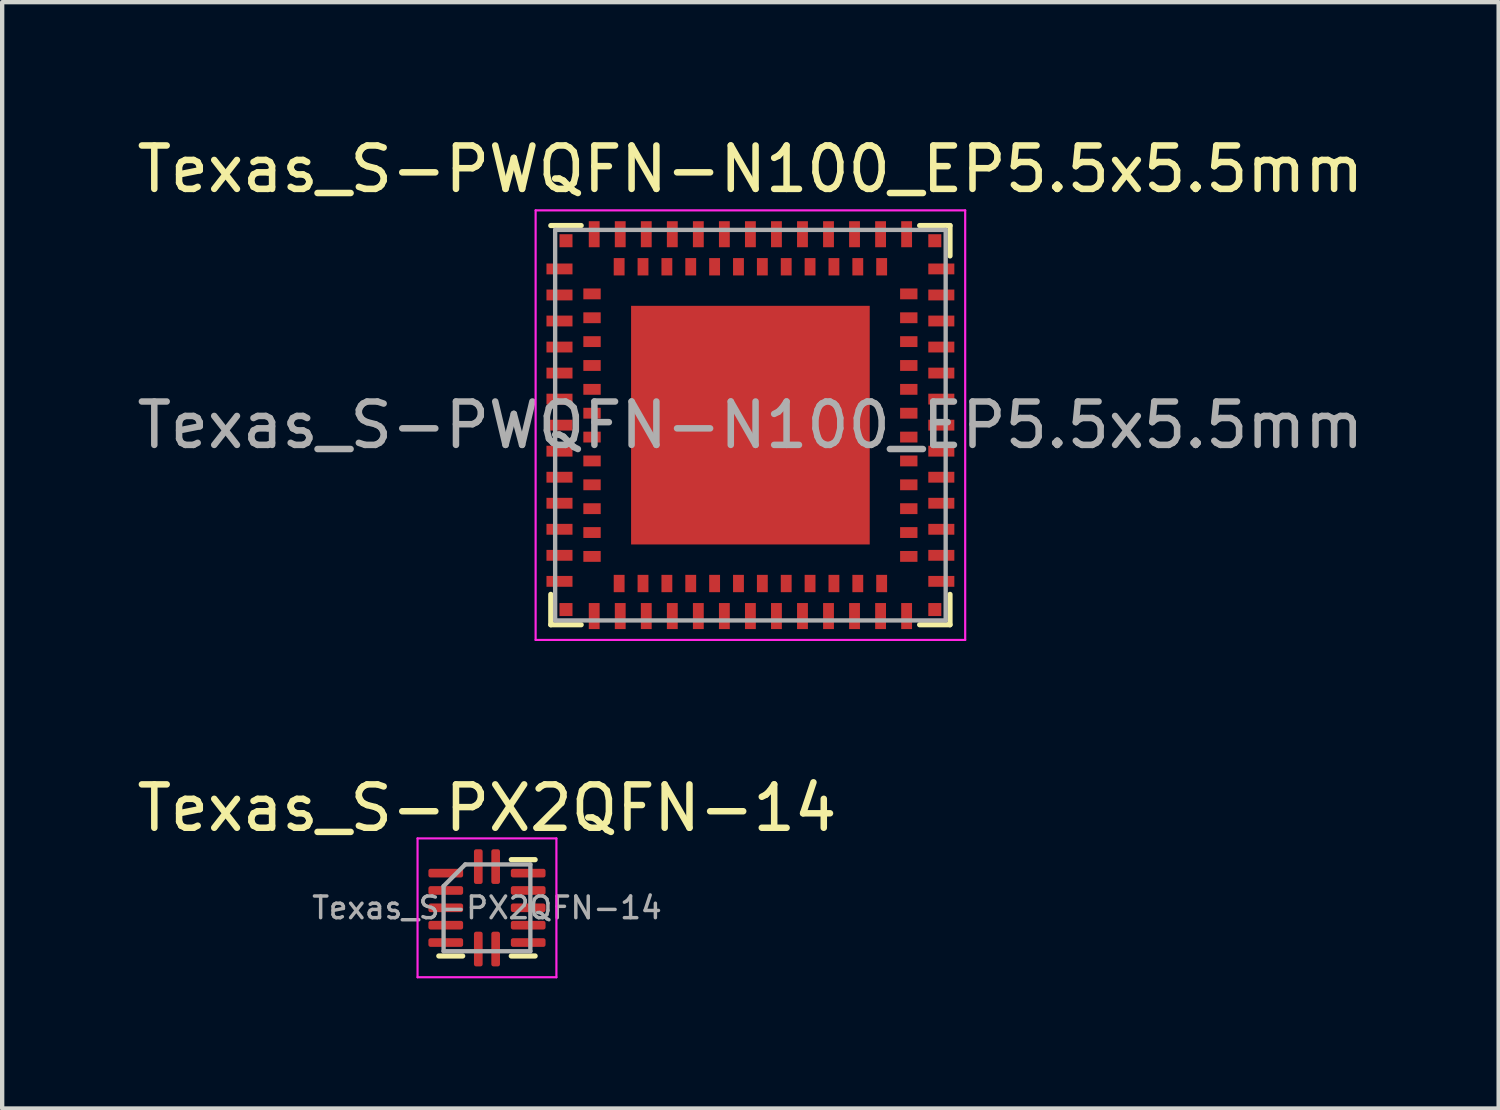
<source format=kicad_pcb>
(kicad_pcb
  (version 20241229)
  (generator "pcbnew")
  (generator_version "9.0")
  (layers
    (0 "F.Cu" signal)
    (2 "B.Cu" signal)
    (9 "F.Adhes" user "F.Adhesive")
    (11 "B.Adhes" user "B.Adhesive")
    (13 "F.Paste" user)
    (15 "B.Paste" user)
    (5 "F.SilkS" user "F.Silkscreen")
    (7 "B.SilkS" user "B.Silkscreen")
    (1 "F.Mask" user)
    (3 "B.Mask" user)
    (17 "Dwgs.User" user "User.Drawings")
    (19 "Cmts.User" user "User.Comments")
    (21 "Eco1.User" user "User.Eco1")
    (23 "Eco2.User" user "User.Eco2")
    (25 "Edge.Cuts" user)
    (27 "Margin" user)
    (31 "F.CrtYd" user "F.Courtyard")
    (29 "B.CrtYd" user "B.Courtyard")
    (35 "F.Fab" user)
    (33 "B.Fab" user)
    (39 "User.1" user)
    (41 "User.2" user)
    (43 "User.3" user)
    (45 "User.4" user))
  (footprint "Texas_S-PX2QFN-14"
    (layer "F.Cu")
    (at 8.173 17.872)
    (property "Reference" "Texas_S-PX2QFN-14" (at 0 -2.3 0) (layer "F.SilkS") (effects (font (size 1 1) (thickness 0.15))))
    (attr smd)
    (fp_line (start -0.56 1.11) (end -1.11 1.11) (stroke (width 0.12) (type solid)) (layer "F.SilkS"))
    (fp_line (start 0.56 -1.11) (end 1.11 -1.11) (stroke (width 0.12) (type solid)) (layer "F.SilkS"))
    (fp_line (start 0.56 1.11) (end 1.11 1.11) (stroke (width 0.12) (type solid)) (layer "F.SilkS"))
    (fp_line (start -1.6 -1.6) (end -1.6 1.6) (stroke (width 0.05) (type solid)) (layer "F.CrtYd"))
    (fp_line (start -1.6 1.6) (end 1.6 1.6) (stroke (width 0.05) (type solid)) (layer "F.CrtYd"))
    (fp_line (start 1.6 -1.6) (end -1.6 -1.6) (stroke (width 0.05) (type solid)) (layer "F.CrtYd"))
    (fp_line (start 1.6 1.6) (end 1.6 -1.6) (stroke (width 0.05) (type solid)) (layer "F.CrtYd"))
    (fp_line (start -1 -0.5) (end -0.5 -1) (stroke (width 0.1) (type solid)) (layer "F.Fab"))
    (fp_line (start -1 1) (end -1 -0.5) (stroke (width 0.1) (type solid)) (layer "F.Fab"))
    (fp_line (start -0.5 -1) (end 1 -1) (stroke (width 0.1) (type solid)) (layer "F.Fab"))
    (fp_line (start 1 -1) (end 1 1) (stroke (width 0.1) (type solid)) (layer "F.Fab"))
    (fp_line (start 1 1) (end -1 1) (stroke (width 0.1) (type solid)) (layer "F.Fab"))
    (fp_text user "${REFERENCE}" (at 0 0 0) (layer "F.Fab") (effects (font (size 0.5 0.5) (thickness 0.08))))
    (pad "1" smd roundrect (at -0.95 -0.8) (size 0.8 0.2) (layers "F.Cu" "F.Mask" "F.Paste") (roundrect_rratio 0.25))
    (pad "2" smd roundrect (at -0.95 -0.4) (size 0.8 0.2) (layers "F.Cu" "F.Mask" "F.Paste") (roundrect_rratio 0.25))
    (pad "3" smd roundrect (at -0.95 0) (size 0.8 0.2) (layers "F.Cu" "F.Mask" "F.Paste") (roundrect_rratio 0.25))
    (pad "4" smd roundrect (at -0.95 0.4) (size 0.8 0.2) (layers "F.Cu" "F.Mask" "F.Paste") (roundrect_rratio 0.25))
    (pad "5" smd roundrect (at -0.95 0.8) (size 0.8 0.2) (layers "F.Cu" "F.Mask" "F.Paste") (roundrect_rratio 0.25))
    (pad "6" smd roundrect (at -0.2 0.95) (size 0.2 0.8) (layers "F.Cu" "F.Mask" "F.Paste") (roundrect_rratio 0.25))
    (pad "7" smd roundrect (at 0.2 0.95) (size 0.2 0.8) (layers "F.Cu" "F.Mask" "F.Paste") (roundrect_rratio 0.25))
    (pad "8" smd roundrect (at 0.95 0.8) (size 0.8 0.2) (layers "F.Cu" "F.Mask" "F.Paste") (roundrect_rratio 0.25))
    (pad "9" smd roundrect (at 0.95 0.4) (size 0.8 0.2) (layers "F.Cu" "F.Mask" "F.Paste") (roundrect_rratio 0.25))
    (pad "10" smd roundrect (at 0.95 0) (size 0.8 0.2) (layers "F.Cu" "F.Mask" "F.Paste") (roundrect_rratio 0.25))
    (pad "11" smd roundrect (at 0.95 -0.4) (size 0.8 0.2) (layers "F.Cu" "F.Mask" "F.Paste") (roundrect_rratio 0.25))
    (pad "12" smd roundrect (at 0.95 -0.8) (size 0.8 0.2) (layers "F.Cu" "F.Mask" "F.Paste") (roundrect_rratio 0.25))
    (pad "13" smd roundrect (at 0.2 -0.95) (size 0.2 0.8) (layers "F.Cu" "F.Mask" "F.Paste") (roundrect_rratio 0.25))
    (pad "14" smd roundrect (at -0.2 -0.95) (size 0.2 0.8) (layers "F.Cu" "F.Mask" "F.Paste") (roundrect_rratio 0.25)))
  (footprint "Texas_S-PWQFN-N100_EP5.5x5.5mm"
    (layer "F.Cu")
    (at 14.244 6.748)
    (property "Reference" "Texas_S-PWQFN-N100_EP5.5x5.5mm" (at 0 -5.9 0) (layer "F.SilkS") (effects (font (size 1 1) (thickness 0.15))))
    (attr smd)
    (fp_line (start -4.6 -4.6) (end -3.9 -4.6) (stroke (width 0.12) (type solid)) (layer "F.SilkS"))
    (fp_line (start -4.6 3.9) (end -4.6 4.6) (stroke (width 0.12) (type solid)) (layer "F.SilkS"))
    (fp_line (start -4.6 4.6) (end -3.9 4.6) (stroke (width 0.12) (type solid)) (layer "F.SilkS"))
    (fp_line (start 4.6 -4.6) (end 3.9 -4.6) (stroke (width 0.12) (type solid)) (layer "F.SilkS"))
    (fp_line (start 4.6 -3.9) (end 4.6 -4.6) (stroke (width 0.12) (type solid)) (layer "F.SilkS"))
    (fp_line (start 4.6 3.9) (end 4.6 4.6) (stroke (width 0.12) (type solid)) (layer "F.SilkS"))
    (fp_line (start 4.6 4.6) (end 3.9 4.6) (stroke (width 0.12) (type solid)) (layer "F.SilkS"))
    (fp_line (start -4.95 -4.95) (end 4.95 -4.95) (stroke (width 0.05) (type solid)) (layer "F.CrtYd"))
    (fp_line (start -4.95 4.95) (end -4.95 -4.95) (stroke (width 0.05) (type solid)) (layer "F.CrtYd"))
    (fp_line (start 4.95 -4.95) (end 4.95 4.95) (stroke (width 0.05) (type solid)) (layer "F.CrtYd"))
    (fp_line (start 4.95 4.95) (end -4.95 4.95) (stroke (width 0.05) (type solid)) (layer "F.CrtYd"))
    (fp_line (start -4.5 -4.5) (end -4.5 4.5) (stroke (width 0.1) (type solid)) (layer "F.Fab"))
    (fp_line (start -4.5 -4.5) (end 4.5 -4.5) (stroke (width 0.1) (type solid)) (layer "F.Fab"))
    (fp_line (start -4.5 4.5) (end 4.5 4.5) (stroke (width 0.1) (type solid)) (layer "F.Fab"))
    (fp_line (start 4.5 -4.5) (end 4.5 4.5) (stroke (width 0.1) (type solid)) (layer "F.Fab"))
    (fp_text user "${REFERENCE}" (at 0 0 0) (layer "F.Fab") (effects (font (size 1 1) (thickness 0.15))))
    (pad "" smd rect (at -1.66 -1.66) (size 1.5 1.5) (layers "F.Paste"))
    (pad "" smd rect (at -1.66 0) (size 1.5 1.5) (layers "F.Paste"))
    (pad "" smd rect (at -1.66 1.66) (size 1.5 1.5) (layers "F.Paste"))
    (pad "" smd rect (at 0 -1.66) (size 1.5 1.5) (layers "F.Paste"))
    (pad "" smd rect (at 0 0) (size 1.5 1.5) (layers "F.Paste"))
    (pad "" smd rect (at 0 1.66) (size 1.5 1.5) (layers "F.Paste"))
    (pad "" smd rect (at 1.66 -1.66) (size 1.5 1.5) (layers "F.Paste"))
    (pad "" smd rect (at 1.66 0) (size 1.5 1.5) (layers "F.Paste"))
    (pad "" smd rect (at 1.66 1.66) (size 1.5 1.5) (layers "F.Paste"))
    (pad "A1" smd rect (at -4.4 -3.6 90) (size 0.25 0.6) (layers "F.Cu" "F.Mask" "F.Paste"))
    (pad "A2" smd rect (at -4.4 -3 90) (size 0.25 0.6) (layers "F.Cu" "F.Mask" "F.Paste"))
    (pad "A3" smd rect (at -4.4 -2.4 90) (size 0.25 0.6) (layers "F.Cu" "F.Mask" "F.Paste"))
    (pad "A4" smd rect (at -4.4 -1.8 90) (size 0.25 0.6) (layers "F.Cu" "F.Mask" "F.Paste"))
    (pad "A5" smd rect (at -4.4 -1.2 90) (size 0.25 0.6) (layers "F.Cu" "F.Mask" "F.Paste"))
    (pad "A6" smd rect (at -4.4 -0.6 90) (size 0.25 0.6) (layers "F.Cu" "F.Mask" "F.Paste"))
    (pad "A7" smd rect (at -4.4 0 90) (size 0.25 0.6) (layers "F.Cu" "F.Mask" "F.Paste"))
    (pad "A8" smd rect (at -4.4 0.6 90) (size 0.25 0.6) (layers "F.Cu" "F.Mask" "F.Paste"))
    (pad "A9" smd rect (at -4.4 1.2 90) (size 0.25 0.6) (layers "F.Cu" "F.Mask" "F.Paste"))
    (pad "A10" smd rect (at -4.4 1.8 90) (size 0.25 0.6) (layers "F.Cu" "F.Mask" "F.Paste"))
    (pad "A11" smd rect (at -4.4 2.4 90) (size 0.25 0.6) (layers "F.Cu" "F.Mask" "F.Paste"))
    (pad "A12" smd rect (at -4.4 3 90) (size 0.25 0.6) (layers "F.Cu" "F.Mask" "F.Paste"))
    (pad "A13" smd rect (at -4.4 3.6 90) (size 0.25 0.6) (layers "F.Cu" "F.Mask" "F.Paste"))
    (pad "A14" smd rect (at -3.6 4.4) (size 0.25 0.6) (layers "F.Cu" "F.Mask" "F.Paste"))
    (pad "A15" smd rect (at -3 4.4) (size 0.25 0.6) (layers "F.Cu" "F.Mask" "F.Paste"))
    (pad "A16" smd rect (at -2.4 4.4) (size 0.25 0.6) (layers "F.Cu" "F.Mask" "F.Paste"))
    (pad "A17" smd rect (at -1.8 4.4) (size 0.25 0.6) (layers "F.Cu" "F.Mask" "F.Paste"))
    (pad "A18" smd rect (at -1.2 4.4) (size 0.25 0.6) (layers "F.Cu" "F.Mask" "F.Paste"))
    (pad "A19" smd rect (at -0.6 4.4) (size 0.25 0.6) (layers "F.Cu" "F.Mask" "F.Paste"))
    (pad "A20" smd rect (at 0 4.4) (size 0.25 0.6) (layers "F.Cu" "F.Mask" "F.Paste"))
    (pad "A21" smd rect (at 0.6 4.4) (size 0.25 0.6) (layers "F.Cu" "F.Mask" "F.Paste"))
    (pad "A22" smd rect (at 1.2 4.4) (size 0.25 0.6) (layers "F.Cu" "F.Mask" "F.Paste"))
    (pad "A23" smd rect (at 1.8 4.4) (size 0.25 0.6) (layers "F.Cu" "F.Mask" "F.Paste"))
    (pad "A24" smd rect (at 2.4 4.4) (size 0.25 0.6) (layers "F.Cu" "F.Mask" "F.Paste"))
    (pad "A25" smd rect (at 3 4.4) (size 0.25 0.6) (layers "F.Cu" "F.Mask" "F.Paste"))
    (pad "A26" smd rect (at 3.6 4.4) (size 0.25 0.6) (layers "F.Cu" "F.Mask" "F.Paste"))
    (pad "A27" smd rect (at 4.4 3.6 90) (size 0.25 0.6) (layers "F.Cu" "F.Mask" "F.Paste"))
    (pad "A28" smd rect (at 4.4 3 90) (size 0.25 0.6) (layers "F.Cu" "F.Mask" "F.Paste"))
    (pad "A29" smd rect (at 4.4 2.4 90) (size 0.25 0.6) (layers "F.Cu" "F.Mask" "F.Paste"))
    (pad "A30" smd rect (at 4.4 1.8 90) (size 0.25 0.6) (layers "F.Cu" "F.Mask" "F.Paste"))
    (pad "A31" smd rect (at 4.4 1.2 90) (size 0.25 0.6) (layers "F.Cu" "F.Mask" "F.Paste"))
    (pad "A32" smd rect (at 4.4 0.6 90) (size 0.25 0.6) (layers "F.Cu" "F.Mask" "F.Paste"))
    (pad "A33" smd rect (at 4.4 0 90) (size 0.25 0.6) (layers "F.Cu" "F.Mask" "F.Paste"))
    (pad "A34" smd rect (at 4.4 -0.6 90) (size 0.25 0.6) (layers "F.Cu" "F.Mask" "F.Paste"))
    (pad "A35" smd rect (at 4.4 -1.2 90) (size 0.25 0.6) (layers "F.Cu" "F.Mask" "F.Paste"))
    (pad "A36" smd rect (at 4.4 -1.8 90) (size 0.25 0.6) (layers "F.Cu" "F.Mask" "F.Paste"))
    (pad "A37" smd rect (at 4.4 -2.4 90) (size 0.25 0.6) (layers "F.Cu" "F.Mask" "F.Paste"))
    (pad "A38" smd rect (at 4.4 -3 90) (size 0.25 0.6) (layers "F.Cu" "F.Mask" "F.Paste"))
    (pad "A39" smd rect (at 4.4 -3.6 90) (size 0.25 0.6) (layers "F.Cu" "F.Mask" "F.Paste"))
    (pad "A40" smd rect (at 3.6 -4.4) (size 0.25 0.6) (layers "F.Cu" "F.Mask" "F.Paste"))
    (pad "A41" smd rect (at 3 -4.4) (size 0.25 0.6) (layers "F.Cu" "F.Mask" "F.Paste"))
    (pad "A42" smd rect (at 2.4 -4.4) (size 0.25 0.6) (layers "F.Cu" "F.Mask" "F.Paste"))
    (pad "A43" smd rect (at 1.8 -4.4) (size 0.25 0.6) (layers "F.Cu" "F.Mask" "F.Paste"))
    (pad "A44" smd rect (at 1.2 -4.4) (size 0.25 0.6) (layers "F.Cu" "F.Mask" "F.Paste"))
    (pad "A45" smd rect (at 0.6 -4.4) (size 0.25 0.6) (layers "F.Cu" "F.Mask" "F.Paste"))
    (pad "A46" smd rect (at 0 -4.4) (size 0.25 0.6) (layers "F.Cu" "F.Mask" "F.Paste"))
    (pad "A47" smd rect (at -0.6 -4.4) (size 0.25 0.6) (layers "F.Cu" "F.Mask" "F.Paste"))
    (pad "A48" smd rect (at -1.2 -4.4) (size 0.25 0.6) (layers "F.Cu" "F.Mask" "F.Paste"))
    (pad "A49" smd rect (at -1.8 -4.4) (size 0.25 0.6) (layers "F.Cu" "F.Mask" "F.Paste"))
    (pad "A50" smd rect (at -2.4 -4.4) (size 0.25 0.6) (layers "F.Cu" "F.Mask" "F.Paste"))
    (pad "A51" smd rect (at -3 -4.4) (size 0.25 0.6) (layers "F.Cu" "F.Mask" "F.Paste"))
    (pad "A52" smd rect (at -3.6 -4.4) (size 0.25 0.6) (layers "F.Cu" "F.Mask" "F.Paste"))
    (pad "A53" smd rect (at 0 0) (size 5.5 5.5) (layers "F.Cu" "F.Mask"))
    (pad "B1" smd rect (at -3.65 -3.025 90) (size 0.25 0.4) (layers "F.Cu" "F.Mask" "F.Paste"))
    (pad "B2" smd rect (at -3.65 -2.475 90) (size 0.25 0.4) (layers "F.Cu" "F.Mask" "F.Paste"))
    (pad "B3" smd rect (at -3.65 -1.925 90) (size 0.25 0.4) (layers "F.Cu" "F.Mask" "F.Paste"))
    (pad "B4" smd rect (at -3.65 -1.375 90) (size 0.25 0.4) (layers "F.Cu" "F.Mask" "F.Paste"))
    (pad "B5" smd rect (at -3.65 -0.825 90) (size 0.25 0.4) (layers "F.Cu" "F.Mask" "F.Paste"))
    (pad "B6" smd rect (at -3.65 -0.275 90) (size 0.25 0.4) (layers "F.Cu" "F.Mask" "F.Paste"))
    (pad "B7" smd rect (at -3.65 0.275 90) (size 0.25 0.4) (layers "F.Cu" "F.Mask" "F.Paste"))
    (pad "B8" smd rect (at -3.65 0.825 90) (size 0.25 0.4) (layers "F.Cu" "F.Mask" "F.Paste"))
    (pad "B9" smd rect (at -3.65 1.375 90) (size 0.25 0.4) (layers "F.Cu" "F.Mask" "F.Paste"))
    (pad "B10" smd rect (at -3.65 1.925 90) (size 0.25 0.4) (layers "F.Cu" "F.Mask" "F.Paste"))
    (pad "B11" smd rect (at -3.65 2.475 90) (size 0.25 0.4) (layers "F.Cu" "F.Mask" "F.Paste"))
    (pad "B12" smd rect (at -3.65 3.025 90) (size 0.25 0.4) (layers "F.Cu" "F.Mask" "F.Paste"))
    (pad "B13" smd rect (at -3.025 3.65) (size 0.25 0.4) (layers "F.Cu" "F.Mask" "F.Paste"))
    (pad "B14" smd rect (at -2.475 3.65) (size 0.25 0.4) (layers "F.Cu" "F.Mask" "F.Paste"))
    (pad "B15" smd rect (at -1.925 3.65) (size 0.25 0.4) (layers "F.Cu" "F.Mask" "F.Paste"))
    (pad "B16" smd rect (at -1.375 3.65) (size 0.25 0.4) (layers "F.Cu" "F.Mask" "F.Paste"))
    (pad "B17" smd rect (at -0.825 3.65) (size 0.25 0.4) (layers "F.Cu" "F.Mask" "F.Paste"))
    (pad "B18" smd rect (at -0.275 3.65) (size 0.25 0.4) (layers "F.Cu" "F.Mask" "F.Paste"))
    (pad "B19" smd rect (at 0.275 3.65) (size 0.25 0.4) (layers "F.Cu" "F.Mask" "F.Paste"))
    (pad "B20" smd rect (at 0.825 3.65) (size 0.25 0.4) (layers "F.Cu" "F.Mask" "F.Paste"))
    (pad "B21" smd rect (at 1.375 3.65) (size 0.25 0.4) (layers "F.Cu" "F.Mask" "F.Paste"))
    (pad "B22" smd rect (at 1.925 3.65) (size 0.25 0.4) (layers "F.Cu" "F.Mask" "F.Paste"))
    (pad "B23" smd rect (at 2.475 3.65) (size 0.25 0.4) (layers "F.Cu" "F.Mask" "F.Paste"))
    (pad "B24" smd rect (at 3.025 3.65) (size 0.25 0.4) (layers "F.Cu" "F.Mask" "F.Paste"))
    (pad "B25" smd rect (at 3.65 3.025 90) (size 0.25 0.4) (layers "F.Cu" "F.Mask" "F.Paste"))
    (pad "B26" smd rect (at 3.65 2.475 90) (size 0.25 0.4) (layers "F.Cu" "F.Mask" "F.Paste"))
    (pad "B27" smd rect (at 3.65 1.925 90) (size 0.25 0.4) (layers "F.Cu" "F.Mask" "F.Paste"))
    (pad "B28" smd rect (at 3.65 1.375 90) (size 0.25 0.4) (layers "F.Cu" "F.Mask" "F.Paste"))
    (pad "B29" smd rect (at 3.65 0.825 90) (size 0.25 0.4) (layers "F.Cu" "F.Mask" "F.Paste"))
    (pad "B30" smd rect (at 3.65 0.275 90) (size 0.25 0.4) (layers "F.Cu" "F.Mask" "F.Paste"))
    (pad "B31" smd rect (at 3.65 -0.275 90) (size 0.25 0.4) (layers "F.Cu" "F.Mask" "F.Paste"))
    (pad "B32" smd rect (at 3.65 -0.825 90) (size 0.25 0.4) (layers "F.Cu" "F.Mask" "F.Paste"))
    (pad "B33" smd rect (at 3.65 -1.375 90) (size 0.25 0.4) (layers "F.Cu" "F.Mask" "F.Paste"))
    (pad "B34" smd rect (at 3.65 -1.925 90) (size 0.25 0.4) (layers "F.Cu" "F.Mask" "F.Paste"))
    (pad "B35" smd rect (at 3.65 -2.475 90) (size 0.25 0.4) (layers "F.Cu" "F.Mask" "F.Paste"))
    (pad "B36" smd rect (at 3.65 -3.025 90) (size 0.25 0.4) (layers "F.Cu" "F.Mask" "F.Paste"))
    (pad "B37" smd rect (at 3.025 -3.65) (size 0.25 0.4) (layers "F.Cu" "F.Mask" "F.Paste"))
    (pad "B38" smd rect (at 2.475 -3.65) (size 0.25 0.4) (layers "F.Cu" "F.Mask" "F.Paste"))
    (pad "B39" smd rect (at 1.925 -3.65) (size 0.25 0.4) (layers "F.Cu" "F.Mask" "F.Paste"))
    (pad "B40" smd rect (at 1.375 -3.65) (size 0.25 0.4) (layers "F.Cu" "F.Mask" "F.Paste"))
    (pad "B41" smd rect (at 0.825 -3.65) (size 0.25 0.4) (layers "F.Cu" "F.Mask" "F.Paste"))
    (pad "B42" smd rect (at 0.275 -3.65) (size 0.25 0.4) (layers "F.Cu" "F.Mask" "F.Paste"))
    (pad "B43" smd rect (at -0.275 -3.65) (size 0.25 0.4) (layers "F.Cu" "F.Mask" "F.Paste"))
    (pad "B44" smd rect (at -0.825 -3.65) (size 0.25 0.4) (layers "F.Cu" "F.Mask" "F.Paste"))
    (pad "B45" smd rect (at -1.375 -3.65) (size 0.25 0.4) (layers "F.Cu" "F.Mask" "F.Paste"))
    (pad "B46" smd rect (at -1.925 -3.65) (size 0.25 0.4) (layers "F.Cu" "F.Mask" "F.Paste"))
    (pad "B47" smd rect (at -2.475 -3.65) (size 0.25 0.4) (layers "F.Cu" "F.Mask" "F.Paste"))
    (pad "B48" smd rect (at -3.025 -3.65) (size 0.25 0.4) (layers "F.Cu" "F.Mask" "F.Paste"))
    (pad "C1" smd rect (at -4.25 -4.25) (size 0.3 0.3) (layers "F.Cu" "F.Mask" "F.Paste"))
    (pad "C2" smd rect (at -4.25 4.25) (size 0.3 0.3) (layers "F.Cu" "F.Mask" "F.Paste"))
    (pad "C3" smd rect (at 4.25 4.25) (size 0.3 0.3) (layers "F.Cu" "F.Mask" "F.Paste"))
    (pad "C4" smd rect (at 4.25 -4.25) (size 0.3 0.3) (layers "F.Cu" "F.Mask" "F.Paste")))
  (gr_rect
    (start -3 -3)
    (end 31.488 22.497)
    (stroke (width 0.1) (type default))
    (fill no)
    (layer "Edge.Cuts")))
</source>
